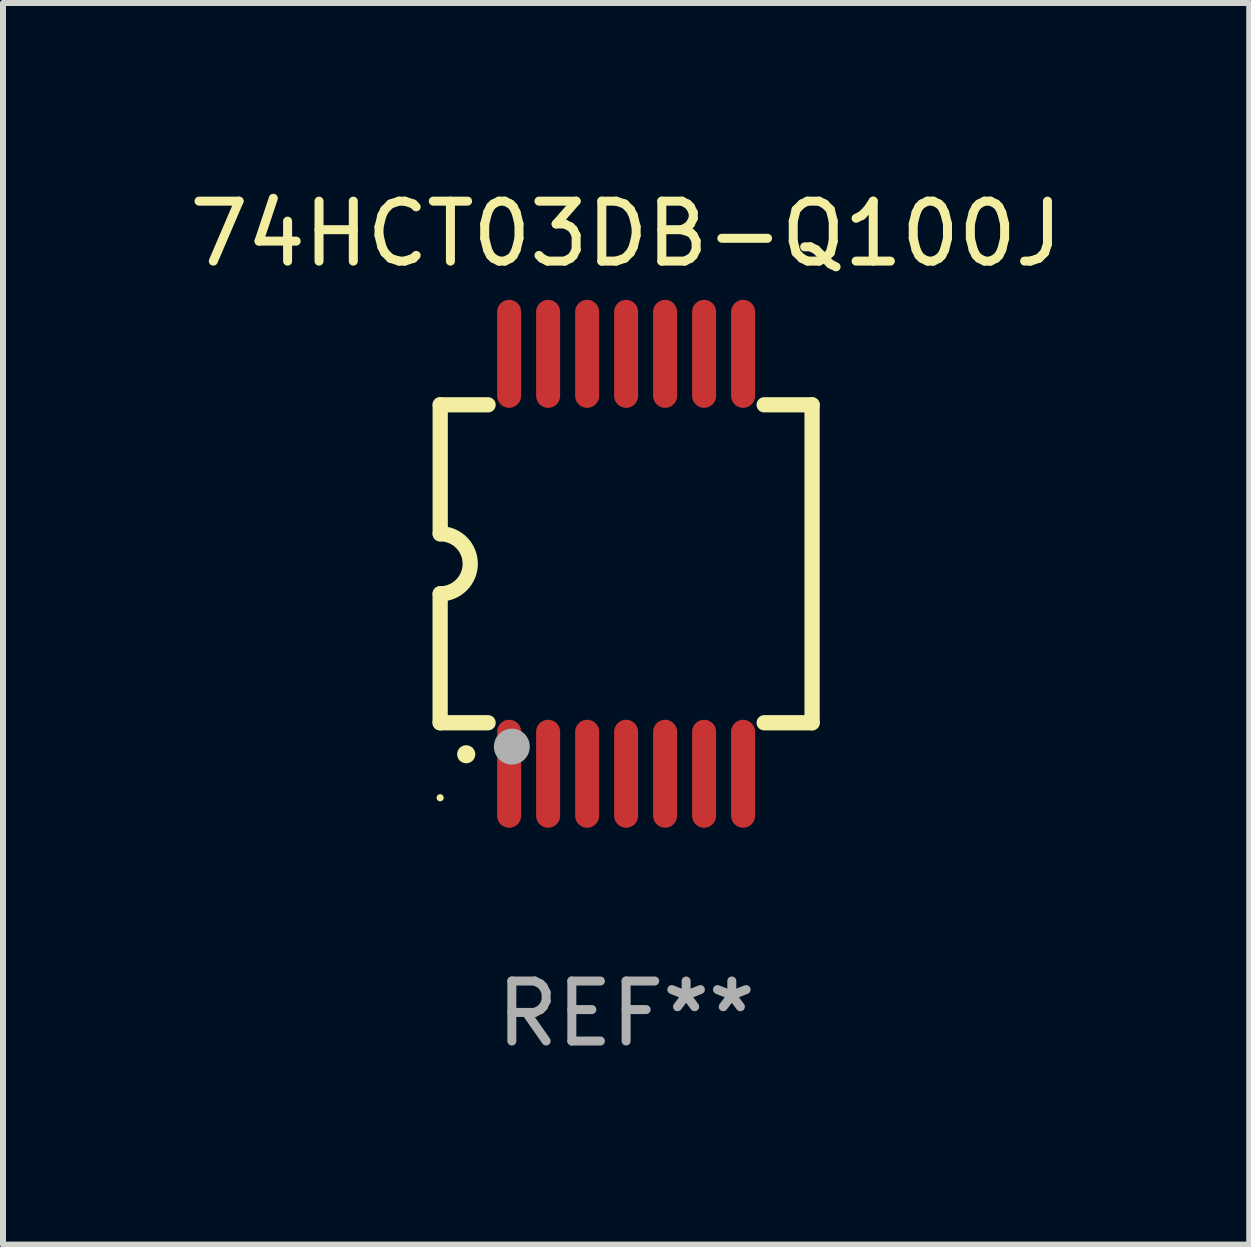
<source format=kicad_pcb>
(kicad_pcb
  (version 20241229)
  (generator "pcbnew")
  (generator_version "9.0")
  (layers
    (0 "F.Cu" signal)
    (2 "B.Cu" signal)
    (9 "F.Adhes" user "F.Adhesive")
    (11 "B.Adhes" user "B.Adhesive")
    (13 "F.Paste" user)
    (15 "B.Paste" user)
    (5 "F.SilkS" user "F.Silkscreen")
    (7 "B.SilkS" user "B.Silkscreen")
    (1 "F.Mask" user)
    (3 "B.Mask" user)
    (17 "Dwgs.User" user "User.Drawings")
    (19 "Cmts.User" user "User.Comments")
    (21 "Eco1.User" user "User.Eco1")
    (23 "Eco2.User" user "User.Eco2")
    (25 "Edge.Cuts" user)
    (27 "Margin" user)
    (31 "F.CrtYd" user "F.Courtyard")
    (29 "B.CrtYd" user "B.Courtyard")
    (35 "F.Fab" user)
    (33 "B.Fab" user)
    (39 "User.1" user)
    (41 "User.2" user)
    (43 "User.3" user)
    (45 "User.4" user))
  (footprint "74HCT03DB-Q100J"
    (layer "F.Cu")
    (at 7.387 6.348)
    (property "Reference" "74HCT03DB-Q100J" (at 0 -5.5 0) (layer "F.SilkS") (effects (font (size 1 1) (thickness 0.15))))
    (attr through_hole)
    (fp_line (start -3.1 2.65) (end -3.1 0.5) (stroke (width 0.254) (type solid)) (layer "F.SilkS"))
    (fp_line (start -3.099 -2.65) (end -2.301 -2.65) (stroke (width 0.254) (type solid)) (layer "F.SilkS"))
    (fp_line (start -3.099 -0.5) (end -3.099 -2.65) (stroke (width 0.254) (type solid)) (layer "F.SilkS"))
    (fp_line (start -2.301 2.65) (end -3.1 2.65) (stroke (width 0.254) (type solid)) (layer "F.SilkS"))
    (fp_line (start 2.301 -2.65) (end 3.1 -2.65) (stroke (width 0.254) (type solid)) (layer "F.SilkS"))
    (fp_line (start 3.1 -2.65) (end 3.1 2.65) (stroke (width 0.254) (type solid)) (layer "F.SilkS"))
    (fp_line (start 3.1 2.65) (end 2.301 2.65) (stroke (width 0.254) (type solid)) (layer "F.SilkS"))
    (fp_arc (start -3.098806 -0.500381) (mid -2.598806 0) (end -3.098806 0.500381) (stroke (width 0.254001) (type solid)) (layer "F.SilkS"))
    (fp_arc (start -2.667005 3.175006) (mid -2.665735 3.175001) (end -2.664465 3.175006) (stroke (width 0.3) (type solid)) (layer "F.SilkS"))
    (fp_circle (center -3.1 3.9) (end -3.07 3.9) (stroke (width 0.06) (type solid)) (fill no) (layer "F.SilkS"))
    (fp_circle (center -1.905 3.048) (end -1.755 3.048) (stroke (width 0.3) (type solid)) (fill no) (layer "F.Fab"))
    (fp_text user "REF**" (at 0 7.5 0) (layer "F.Fab") (effects (font (size 1 1) (thickness 0.15))))
    (pad "1" smd oval (at -1.95 3.5 270) (size 1.8 0.4) (layers "F.Cu" "F.Mask" "F.Paste"))
    (pad "2" smd oval (at -1.3 3.5 270) (size 1.8 0.4) (layers "F.Cu" "F.Mask" "F.Paste"))
    (pad "3" smd oval (at -0.65 3.5 270) (size 1.8 0.4) (layers "F.Cu" "F.Mask" "F.Paste"))
    (pad "4" smd oval (at 0 3.5 270) (size 1.8 0.4) (layers "F.Cu" "F.Mask" "F.Paste"))
    (pad "5" smd oval (at 0.65 3.5 270) (size 1.8 0.4) (layers "F.Cu" "F.Mask" "F.Paste"))
    (pad "6" smd oval (at 1.3 3.5 270) (size 1.8 0.4) (layers "F.Cu" "F.Mask" "F.Paste"))
    (pad "7" smd oval (at 1.95 3.5 270) (size 1.8 0.4) (layers "F.Cu" "F.Mask" "F.Paste"))
    (pad "8" smd oval (at 1.95 -3.5 90) (size 1.8 0.4) (layers "F.Cu" "F.Mask" "F.Paste"))
    (pad "9" smd oval (at 1.3 -3.5 90) (size 1.8 0.4) (layers "F.Cu" "F.Mask" "F.Paste"))
    (pad "10" smd oval (at 0.65 -3.5 90) (size 1.8 0.4) (layers "F.Cu" "F.Mask" "F.Paste"))
    (pad "11" smd oval (at 0 -3.5 90) (size 1.8 0.4) (layers "F.Cu" "F.Mask" "F.Paste"))
    (pad "12" smd oval (at -0.65 -3.5 90) (size 1.8 0.4) (layers "F.Cu" "F.Mask" "F.Paste"))
    (pad "13" smd oval (at -1.3 -3.5 90) (size 1.8 0.4) (layers "F.Cu" "F.Mask" "F.Paste"))
    (pad "14" smd oval (at -1.95 -3.5 90) (size 1.8 0.4) (layers "F.Cu" "F.Mask" "F.Paste")))
  (gr_rect
    (start -3 -3)
    (end 17.774 17.697)
    (stroke (width 0.1) (type default))
    (fill no)
    (layer "Edge.Cuts")))
</source>
